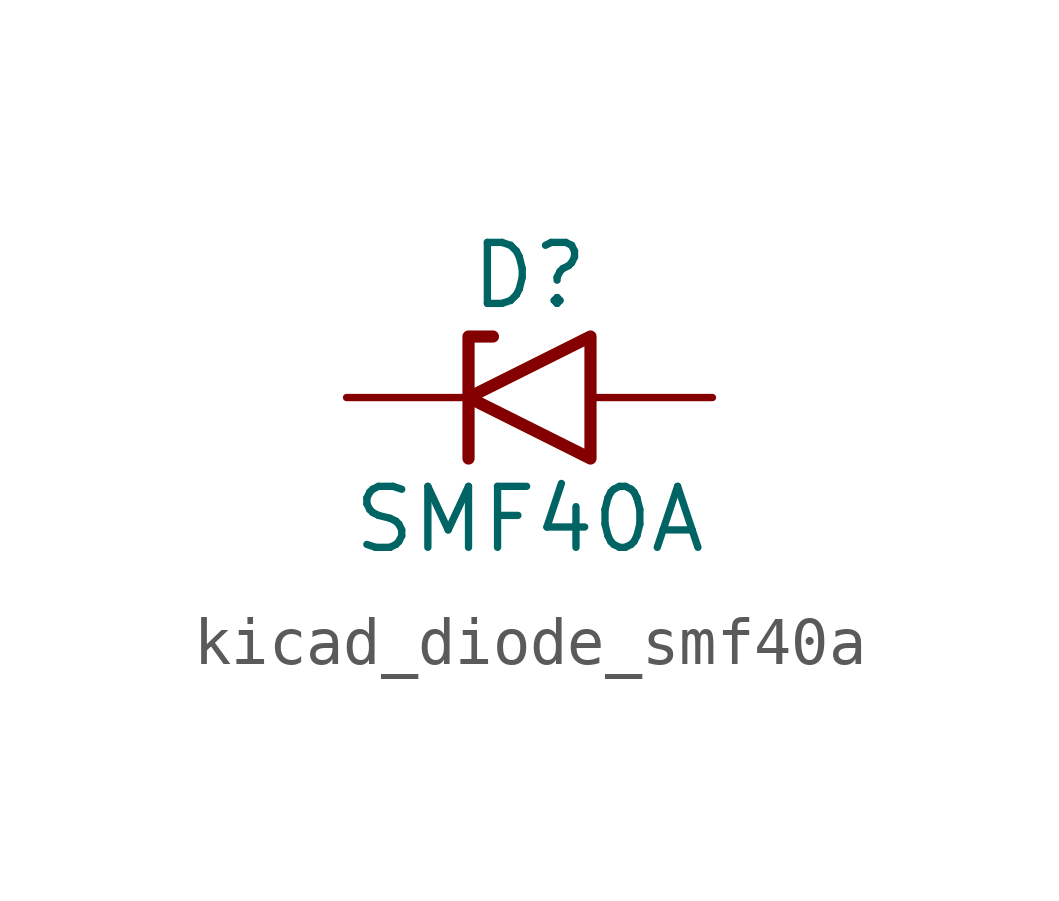
<source format=kicad_sym>
(kicad_symbol_lib
  (version 20220914)
  (generator kicad_symbol_editor)
  (symbol "kicad_diode_smf40a"
    (pin_numbers hide)
    (pin_names
      (offset 1.016) hide)
    (property "Reference" "D"
      (at 0 2.54 0)
      (effects (font (size 1.27 1.27))))
    (property "Value" "SMF40A"
      (at 0 -2.54 0)
      (effects (font (size 1.27 1.27))))
    (symbol "kicad_diode_smf40a_0_1"
      (polyline (pts (xy -0.762 1.27) (xy -1.27 1.27) (xy -1.27 -1.27)) (stroke (width 0.254) (type default)) (fill (type none)))
      (polyline (pts (xy 1.27 1.27) (xy 1.27 -1.27) (xy -1.27 0) (xy 1.27 1.27)) (stroke (width 0.254) (type default)) (fill (type none))))
    (symbol "kicad_diode_smf40a_1_1"
      (pin passive line (at -3.81 0 0) (length 2.54) (name "A1" (effects (font (size 1.27 1.27)))) (number "1" (effects (font (size 1.27 1.27)))))
      (pin passive line (at 3.81 0 180) (length 2.54) (name "A2" (effects (font (size 1.27 1.27)))) (number "2" (effects (font (size 1.27 1.27))))))))
</source>
